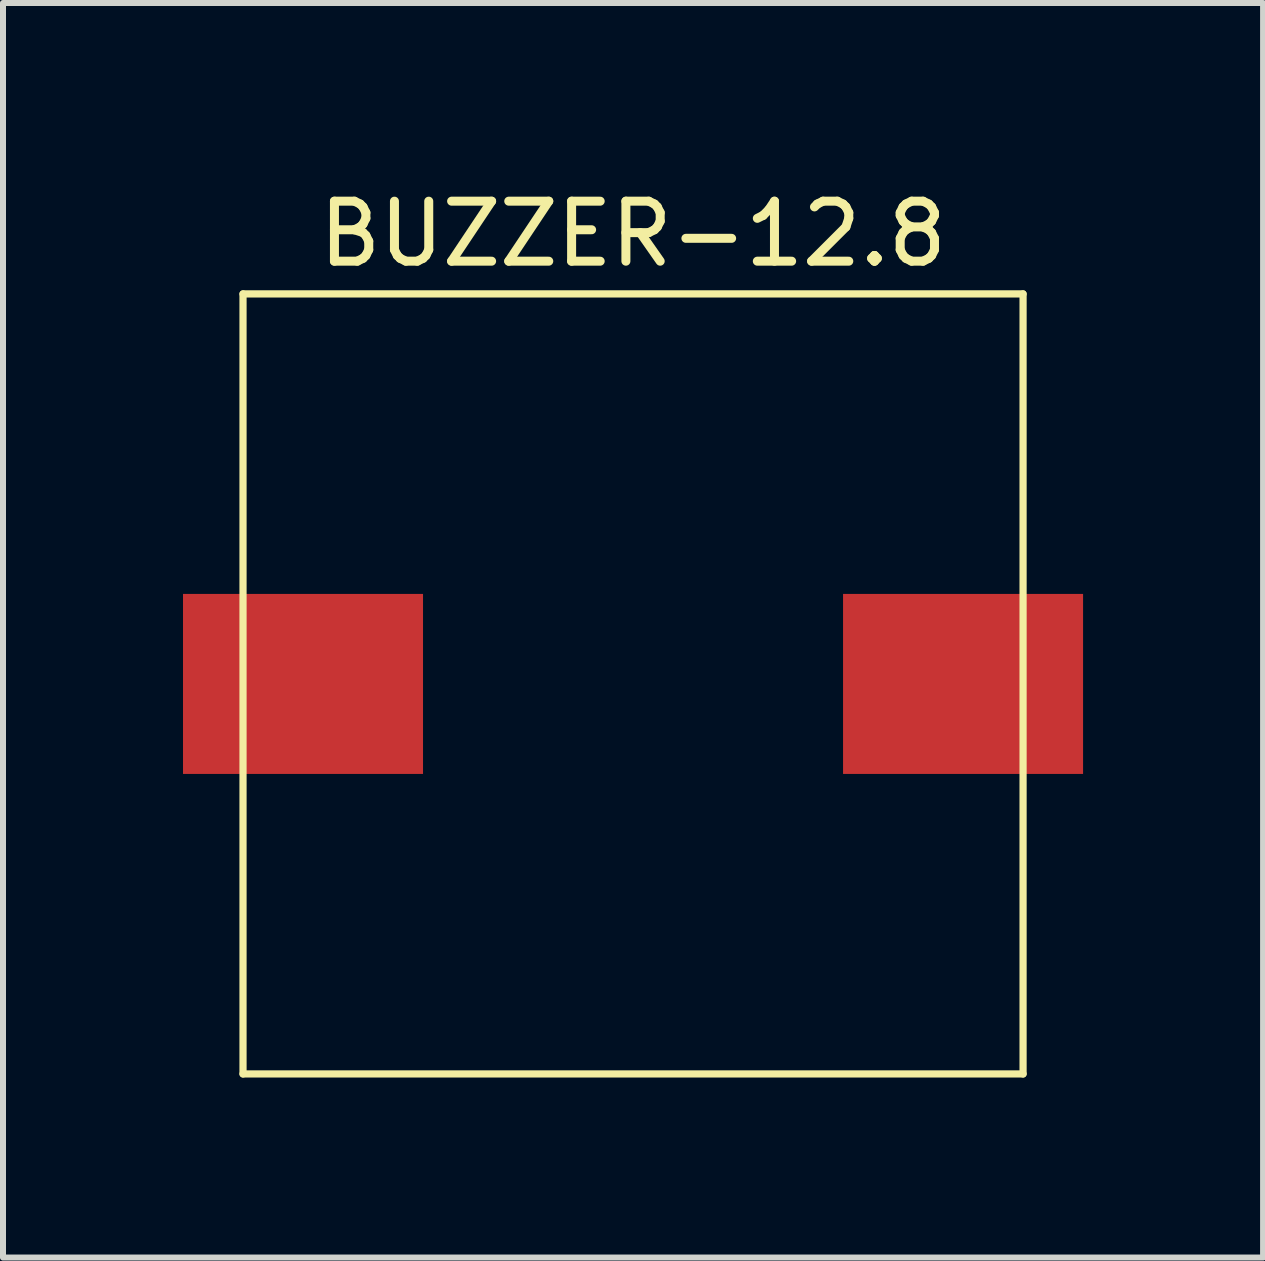
<source format=kicad_pcb>
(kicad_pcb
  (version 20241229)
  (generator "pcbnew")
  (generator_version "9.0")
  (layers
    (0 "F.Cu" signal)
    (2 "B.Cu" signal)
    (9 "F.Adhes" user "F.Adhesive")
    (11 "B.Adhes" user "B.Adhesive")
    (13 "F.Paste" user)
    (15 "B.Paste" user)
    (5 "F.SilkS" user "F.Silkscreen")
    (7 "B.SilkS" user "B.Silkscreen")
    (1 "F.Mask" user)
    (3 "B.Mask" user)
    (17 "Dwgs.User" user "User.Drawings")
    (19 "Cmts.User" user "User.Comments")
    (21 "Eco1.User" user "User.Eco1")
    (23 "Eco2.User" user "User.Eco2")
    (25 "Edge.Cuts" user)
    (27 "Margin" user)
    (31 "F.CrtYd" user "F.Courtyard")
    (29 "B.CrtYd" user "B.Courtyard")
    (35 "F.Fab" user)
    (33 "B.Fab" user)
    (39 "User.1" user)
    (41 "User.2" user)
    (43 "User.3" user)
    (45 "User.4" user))
  (footprint "BUZZER-12.8"
    (layer "F.Cu")
    (at 8 5.848)
    (property "Reference" "BUZZER-12.8" (at -0.5 -5 0) (layer "F.SilkS") (effects (font (size 1 1) (thickness 0.15))))
    (attr through_hole)
    (fp_line (start -7 -4) (end 6 -4) (stroke (width 0.12) (type solid)) (layer "F.SilkS"))
    (fp_line (start -7 9) (end -7 -4) (stroke (width 0.12) (type solid)) (layer "F.SilkS"))
    (fp_line (start 6 -4) (end 6 9) (stroke (width 0.12) (type solid)) (layer "F.SilkS"))
    (fp_line (start 6 9) (end -7 9) (stroke (width 0.12) (type solid)) (layer "F.SilkS"))
    (pad "1" smd rect (at 5 2.5) (size 4 3) (layers "F.Cu" "F.Mask" "F.Paste"))
    (pad "2" smd rect (at -6 2.5) (size 4 3) (layers "F.Cu" "F.Mask" "F.Paste")))
  (gr_rect
    (start -3 -3)
    (end 18 17.908)
    (stroke (width 0.1) (type default))
    (fill no)
    (layer "Edge.Cuts")))
</source>
